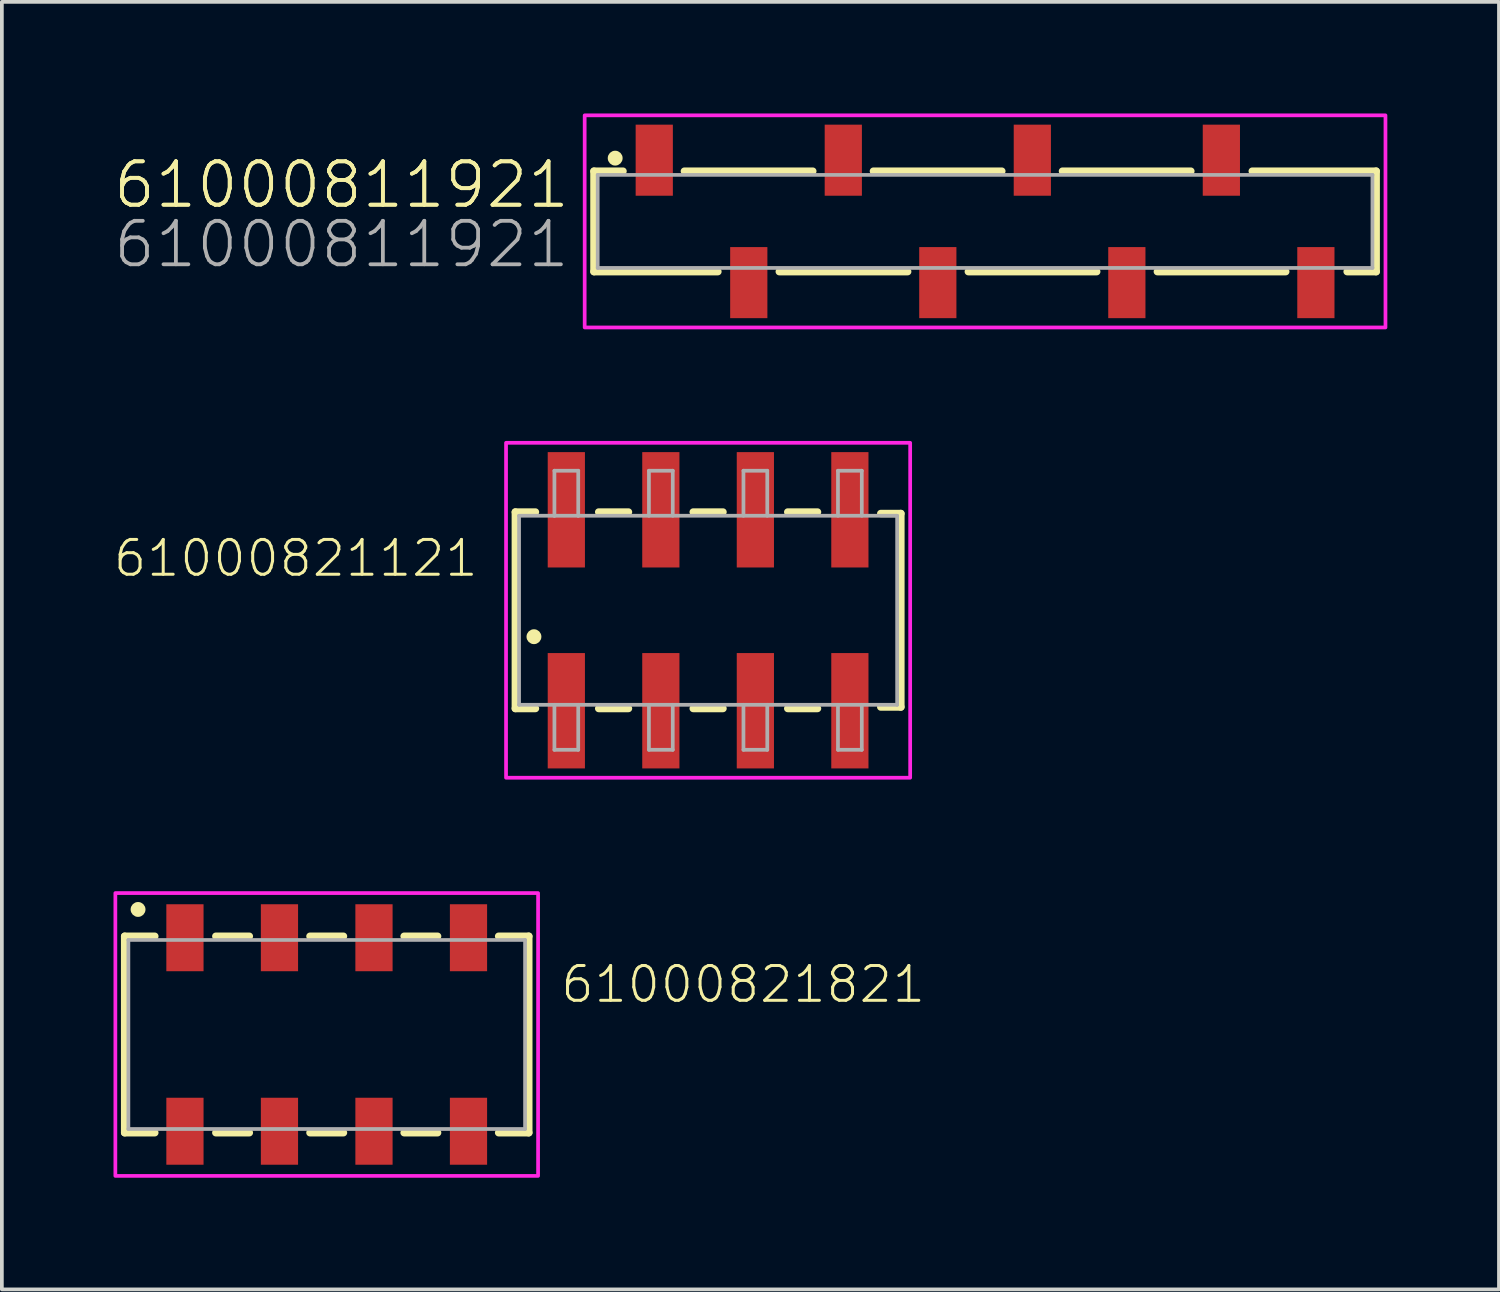
<source format=kicad_pcb>
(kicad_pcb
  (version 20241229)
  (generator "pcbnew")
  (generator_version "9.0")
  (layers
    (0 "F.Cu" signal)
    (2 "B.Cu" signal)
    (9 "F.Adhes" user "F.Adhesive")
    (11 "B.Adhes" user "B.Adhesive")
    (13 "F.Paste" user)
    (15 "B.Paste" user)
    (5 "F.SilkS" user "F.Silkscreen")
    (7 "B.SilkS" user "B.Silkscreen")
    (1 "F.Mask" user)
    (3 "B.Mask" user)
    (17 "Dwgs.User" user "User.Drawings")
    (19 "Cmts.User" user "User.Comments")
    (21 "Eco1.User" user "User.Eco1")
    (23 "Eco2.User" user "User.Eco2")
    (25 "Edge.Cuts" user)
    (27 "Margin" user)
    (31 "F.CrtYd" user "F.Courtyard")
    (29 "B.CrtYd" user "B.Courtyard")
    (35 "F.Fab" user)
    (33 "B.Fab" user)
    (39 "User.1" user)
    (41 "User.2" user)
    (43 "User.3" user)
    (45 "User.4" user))
  (footprint "61000821121"
    (layer "F.Cu")
    (at 15.979 13.35)
    (property "Reference" "61000821121" (at -6.13 -0.85 0) (unlocked yes) (layer "F.SilkS") (effects (font (size 0.935 0.935) (thickness 0.081)) (justify right bottom)))
    (fp_line (start -5.18 -2.64) (end -5.18 2.64) (stroke (width 0.2) (type solid)) (layer "F.SilkS"))
    (fp_line (start -5.18 2.64) (end -4.64 2.64) (stroke (width 0.2) (type solid)) (layer "F.SilkS"))
    (fp_line (start -4.64 -2.64) (end -5.18 -2.64) (stroke (width 0.2) (type solid)) (layer "F.SilkS"))
    (fp_line (start -2.94 2.64) (end -2.14 2.64) (stroke (width 0.2) (type solid)) (layer "F.SilkS"))
    (fp_line (start -2.14 -2.64) (end -2.94 -2.64) (stroke (width 0.2) (type solid)) (layer "F.SilkS"))
    (fp_line (start -0.4 2.64) (end 0.4 2.64) (stroke (width 0.2) (type solid)) (layer "F.SilkS"))
    (fp_line (start 0.4 -2.64) (end -0.4 -2.64) (stroke (width 0.2) (type solid)) (layer "F.SilkS"))
    (fp_line (start 2.14 2.64) (end 2.94 2.64) (stroke (width 0.2) (type solid)) (layer "F.SilkS"))
    (fp_line (start 2.94 -2.64) (end 2.14 -2.64) (stroke (width 0.2) (type solid)) (layer "F.SilkS"))
    (fp_line (start 4.64 -2.6) (end 5.18 -2.6) (stroke (width 0.2) (type solid)) (layer "F.SilkS"))
    (fp_line (start 5.18 -2.6) (end 5.18 2.6) (stroke (width 0.2) (type solid)) (layer "F.SilkS"))
    (fp_line (start 5.18 2.6) (end 4.64 2.6) (stroke (width 0.2) (type solid)) (layer "F.SilkS"))
    (fp_circle (center -4.68 0.71) (end -4.58 0.71) (stroke (width 0.2) (type solid)) (fill no) (layer "F.SilkS"))
    (fp_poly (pts (xy 5.43 4.5) (xy -5.43 4.5) (xy -5.43 -4.5) (xy 5.43 -4.5)) (stroke (width 0.1) (type default)) (fill no) (layer "F.CrtYd"))
    (fp_line (start -5.08 -2.54) (end -5.08 2.54) (stroke (width 0.1) (type solid)) (layer "F.Fab"))
    (fp_line (start -5.08 2.54) (end 5.08 2.54) (stroke (width 0.1) (type solid)) (layer "F.Fab"))
    (fp_line (start -4.13 -3.75) (end -3.49 -3.75) (stroke (width 0.1) (type solid)) (layer "F.Fab"))
    (fp_line (start -4.13 -2.54) (end -5.08 -2.54) (stroke (width 0.1) (type solid)) (layer "F.Fab"))
    (fp_line (start -4.13 -2.54) (end -4.13 -3.75) (stroke (width 0.1) (type solid)) (layer "F.Fab"))
    (fp_line (start -4.13 3.75) (end -4.13 2.54) (stroke (width 0.1) (type solid)) (layer "F.Fab"))
    (fp_line (start -3.49 -3.75) (end -3.49 -2.54) (stroke (width 0.1) (type solid)) (layer "F.Fab"))
    (fp_line (start -3.49 -2.54) (end -4.13 -2.54) (stroke (width 0.1) (type solid)) (layer "F.Fab"))
    (fp_line (start -3.49 2.54) (end -3.49 3.75) (stroke (width 0.1) (type solid)) (layer "F.Fab"))
    (fp_line (start -3.49 3.75) (end -4.13 3.75) (stroke (width 0.1) (type solid)) (layer "F.Fab"))
    (fp_line (start -1.59 -3.75) (end -0.95 -3.75) (stroke (width 0.1) (type solid)) (layer "F.Fab"))
    (fp_line (start -1.59 -2.54) (end -1.59 -3.75) (stroke (width 0.1) (type solid)) (layer "F.Fab"))
    (fp_line (start -1.59 3.75) (end -1.59 2.54) (stroke (width 0.1) (type solid)) (layer "F.Fab"))
    (fp_line (start -0.95 -3.75) (end -0.95 -2.54) (stroke (width 0.1) (type solid)) (layer "F.Fab"))
    (fp_line (start -0.95 2.54) (end -0.95 3.75) (stroke (width 0.1) (type solid)) (layer "F.Fab"))
    (fp_line (start -0.95 3.75) (end -1.59 3.75) (stroke (width 0.1) (type solid)) (layer "F.Fab"))
    (fp_line (start 0.95 -3.75) (end 1.59 -3.75) (stroke (width 0.1) (type solid)) (layer "F.Fab"))
    (fp_line (start 0.95 -2.54) (end 0.95 -3.75) (stroke (width 0.1) (type solid)) (layer "F.Fab"))
    (fp_line (start 0.95 3.75) (end 0.95 2.54) (stroke (width 0.1) (type solid)) (layer "F.Fab"))
    (fp_line (start 1.59 -3.75) (end 1.59 -2.54) (stroke (width 0.1) (type solid)) (layer "F.Fab"))
    (fp_line (start 1.59 2.54) (end 1.59 3.75) (stroke (width 0.1) (type solid)) (layer "F.Fab"))
    (fp_line (start 1.59 3.75) (end 0.95 3.75) (stroke (width 0.1) (type solid)) (layer "F.Fab"))
    (fp_line (start 3.49 -3.75) (end 4.13 -3.75) (stroke (width 0.1) (type solid)) (layer "F.Fab"))
    (fp_line (start 3.49 -2.54) (end 3.49 -3.75) (stroke (width 0.1) (type solid)) (layer "F.Fab"))
    (fp_line (start 3.49 3.75) (end 3.49 2.54) (stroke (width 0.1) (type solid)) (layer "F.Fab"))
    (fp_line (start 4.13 -3.75) (end 4.13 -2.54) (stroke (width 0.1) (type solid)) (layer "F.Fab"))
    (fp_line (start 4.13 2.54) (end 4.13 3.75) (stroke (width 0.1) (type solid)) (layer "F.Fab"))
    (fp_line (start 4.13 3.75) (end 3.49 3.75) (stroke (width 0.1) (type solid)) (layer "F.Fab"))
    (fp_line (start 5.08 -2.54) (end -3.49 -2.54) (stroke (width 0.1) (type solid)) (layer "F.Fab"))
    (fp_line (start 5.08 2.54) (end 5.08 -2.54) (stroke (width 0.1) (type solid)) (layer "F.Fab"))
    (pad "1" smd rect (at -3.81 2.7 90) (size 3.1 1) (layers "F.Cu" "F.Mask" "F.Paste"))
    (pad "2" smd rect (at -3.81 -2.7 90) (size 3.1 1) (layers "F.Cu" "F.Mask" "F.Paste"))
    (pad "3" smd rect (at -1.27 2.7 90) (size 3.1 1) (layers "F.Cu" "F.Mask" "F.Paste"))
    (pad "4" smd rect (at -1.27 -2.7 90) (size 3.1 1) (layers "F.Cu" "F.Mask" "F.Paste"))
    (pad "5" smd rect (at 1.27 2.7 90) (size 3.1 1) (layers "F.Cu" "F.Mask" "F.Paste"))
    (pad "6" smd rect (at 1.27 -2.7 90) (size 3.1 1) (layers "F.Cu" "F.Mask" "F.Paste"))
    (pad "7" smd rect (at 3.81 2.7 90) (size 3.1 1) (layers "F.Cu" "F.Mask" "F.Paste"))
    (pad "8" smd rect (at 3.81 -2.7 90) (size 3.1 1) (layers "F.Cu" "F.Mask" "F.Paste")))
  (footprint "61000821821"
    (layer "F.Cu")
    (at 5.73 24.75)
    (property "Reference" "61000821821" (at 6.24 -0.8 0) (unlocked yes) (layer "F.SilkS") (effects (font (size 0.935 0.935) (thickness 0.081)) (justify left bottom)))
    (fp_line (start -5.43 -2.64) (end -5.43 2.64) (stroke (width 0.2) (type solid)) (layer "F.SilkS"))
    (fp_line (start -4.62 -2.64) (end -5.43 -2.64) (stroke (width 0.2) (type solid)) (layer "F.SilkS"))
    (fp_line (start -4.62 2.64) (end -5.43 2.64) (stroke (width 0.2) (type solid)) (layer "F.SilkS"))
    (fp_line (start -2.98 -2.64) (end -2.08 -2.64) (stroke (width 0.2) (type solid)) (layer "F.SilkS"))
    (fp_line (start -2.08 2.64) (end -2.98 2.64) (stroke (width 0.2) (type solid)) (layer "F.SilkS"))
    (fp_line (start -0.45 -2.64) (end 0.45 -2.64) (stroke (width 0.2) (type solid)) (layer "F.SilkS"))
    (fp_line (start 0.45 2.64) (end -0.45 2.64) (stroke (width 0.2) (type solid)) (layer "F.SilkS"))
    (fp_line (start 2.08 -2.64) (end 2.98 -2.64) (stroke (width 0.2) (type solid)) (layer "F.SilkS"))
    (fp_line (start 2.98 2.64) (end 2.08 2.64) (stroke (width 0.2) (type solid)) (layer "F.SilkS"))
    (fp_line (start 4.62 -2.64) (end 5.43 -2.64) (stroke (width 0.2) (type solid)) (layer "F.SilkS"))
    (fp_line (start 4.62 2.64) (end 5.43 2.64) (stroke (width 0.2) (type solid)) (layer "F.SilkS"))
    (fp_line (start 5.43 2.64) (end 5.43 -2.64) (stroke (width 0.2) (type solid)) (layer "F.SilkS"))
    (fp_circle (center -5.07 -3.36) (end -4.97 -3.36) (stroke (width 0.2) (type solid)) (fill no) (layer "F.SilkS"))
    (fp_poly (pts (xy 5.68 3.8) (xy -5.68 3.8) (xy -5.68 -3.8) (xy 5.68 -3.8)) (stroke (width 0.1) (type default)) (fill no) (layer "F.CrtYd"))
    (fp_line (start -5.33 -2.54) (end -5.33 2.54) (stroke (width 0.1) (type solid)) (layer "F.Fab"))
    (fp_line (start -5.33 2.54) (end 5.33 2.54) (stroke (width 0.1) (type solid)) (layer "F.Fab"))
    (fp_line (start 5.33 -2.54) (end -5.33 -2.54) (stroke (width 0.1) (type solid)) (layer "F.Fab"))
    (fp_line (start 5.33 2.54) (end 5.33 -2.54) (stroke (width 0.1) (type solid)) (layer "F.Fab"))
    (pad "1" smd rect (at -3.81 -2.6) (size 1 1.8) (layers "F.Cu" "F.Mask" "F.Paste"))
    (pad "2" smd rect (at -3.81 2.6) (size 1 1.8) (layers "F.Cu" "F.Mask" "F.Paste"))
    (pad "3" smd rect (at -1.27 -2.6) (size 1 1.8) (layers "F.Cu" "F.Mask" "F.Paste"))
    (pad "4" smd rect (at -1.27 2.6) (size 1 1.8) (layers "F.Cu" "F.Mask" "F.Paste"))
    (pad "5" smd rect (at 1.27 -2.6) (size 1 1.8) (layers "F.Cu" "F.Mask" "F.Paste"))
    (pad "6" smd rect (at 1.27 2.6) (size 1 1.8) (layers "F.Cu" "F.Mask" "F.Paste"))
    (pad "7" smd rect (at 3.81 -2.6) (size 1 1.8) (layers "F.Cu" "F.Mask" "F.Paste"))
    (pad "8" smd rect (at 3.81 2.6) (size 1 1.8) (layers "F.Cu" "F.Mask" "F.Paste")))
  (footprint "61000811921"
    (layer "F.Cu")
    (at 23.422 2.9)
    (property "Reference" "61000811921" (at -11.11 -0.3 0) (unlocked yes) (layer "F.SilkS") (effects (font (size 1.168 1.168) (thickness 0.102)) (justify right bottom)))
    (property "Value" "61000811921" (at -11.11 1.3 0) (unlocked yes) (layer "F.Fab") (hide yes) (effects (font (size 1.168 1.168) (thickness 0.102)) (justify right bottom)))
    (fp_line (start -10.51 -1.35) (end -9.73 -1.35) (stroke (width 0.2) (type solid)) (layer "F.SilkS"))
    (fp_line (start -10.51 1.35) (end -10.51 -1.35) (stroke (width 0.2) (type solid)) (layer "F.SilkS"))
    (fp_line (start -8.08 -1.35) (end -4.63 -1.35) (stroke (width 0.2) (type solid)) (layer "F.SilkS"))
    (fp_line (start -7.18 1.35) (end -10.51 1.35) (stroke (width 0.2) (type solid)) (layer "F.SilkS"))
    (fp_line (start -3 -1.35) (end 0.45 -1.35) (stroke (width 0.2) (type solid)) (layer "F.SilkS"))
    (fp_line (start -2.08 1.35) (end -5.53 1.35) (stroke (width 0.2) (type solid)) (layer "F.SilkS"))
    (fp_line (start 2.08 -1.35) (end 5.53 -1.35) (stroke (width 0.2) (type solid)) (layer "F.SilkS"))
    (fp_line (start 3 1.35) (end -0.45 1.35) (stroke (width 0.2) (type solid)) (layer "F.SilkS"))
    (fp_line (start 8.08 1.35) (end 4.63 1.35) (stroke (width 0.2) (type solid)) (layer "F.SilkS"))
    (fp_line (start 9.73 1.35) (end 10.51 1.35) (stroke (width 0.2) (type solid)) (layer "F.SilkS"))
    (fp_line (start 10.51 -1.35) (end 7.18 -1.35) (stroke (width 0.2) (type solid)) (layer "F.SilkS"))
    (fp_line (start 10.51 1.35) (end 10.51 -1.35) (stroke (width 0.2) (type solid)) (layer "F.SilkS"))
    (fp_circle (center -9.94 -1.7) (end -9.84 -1.7) (stroke (width 0.2) (type solid)) (fill no) (layer "F.SilkS"))
    (fp_poly (pts (xy 10.76 2.85) (xy -10.76 2.85) (xy -10.76 -2.85) (xy 10.76 -2.85)) (stroke (width 0.1) (type default)) (fill no) (layer "F.CrtYd"))
    (fp_line (start -10.41 -1.25) (end 10.41 -1.25) (stroke (width 0.1) (type solid)) (layer "F.Fab"))
    (fp_line (start -10.41 1.25) (end -10.41 -1.25) (stroke (width 0.1) (type solid)) (layer "F.Fab"))
    (fp_line (start 10.41 1.25) (end -10.41 1.25) (stroke (width 0.1) (type solid)) (layer "F.Fab"))
    (fp_line (start 10.41 1.25) (end 10.41 -1.25) (stroke (width 0.1) (type solid)) (layer "F.Fab"))
    (fp_text user "${REFERENCE}" (at -11.11 -0.3 0) (unlocked yes) (layer "F.SilkS") (effects (font (size 1.168 1.168) (thickness 0.102)) (justify right bottom)))
    (fp_text user "${VALUE}" (at -11.11 1.3 0) (unlocked yes) (layer "F.Fab") (effects (font (size 1.168 1.168) (thickness 0.102)) (justify right bottom)))
    (pad "1" smd rect (at -8.89 -1.645 180) (size 1 1.91) (layers "F.Cu" "F.Mask" "F.Paste"))
    (pad "2" smd rect (at -6.35 1.645 180) (size 1 1.91) (layers "F.Cu" "F.Mask" "F.Paste"))
    (pad "3" smd rect (at -3.81 -1.645 180) (size 1 1.91) (layers "F.Cu" "F.Mask" "F.Paste"))
    (pad "4" smd rect (at -1.27 1.645 180) (size 1 1.91) (layers "F.Cu" "F.Mask" "F.Paste"))
    (pad "5" smd rect (at 1.27 -1.645 180) (size 1 1.91) (layers "F.Cu" "F.Mask" "F.Paste"))
    (pad "6" smd rect (at 3.81 1.645 180) (size 1 1.91) (layers "F.Cu" "F.Mask" "F.Paste"))
    (pad "7" smd rect (at 6.35 -1.645 180) (size 1 1.91) (layers "F.Cu" "F.Mask" "F.Paste"))
    (pad "8" smd rect (at 8.89 1.645 180) (size 1 1.91) (layers "F.Cu" "F.Mask" "F.Paste")))
  (gr_rect
    (start -3 -3)
    (end 37.232 31.6)
    (stroke (width 0.1) (type default))
    (fill no)
    (layer "Edge.Cuts")))
</source>
